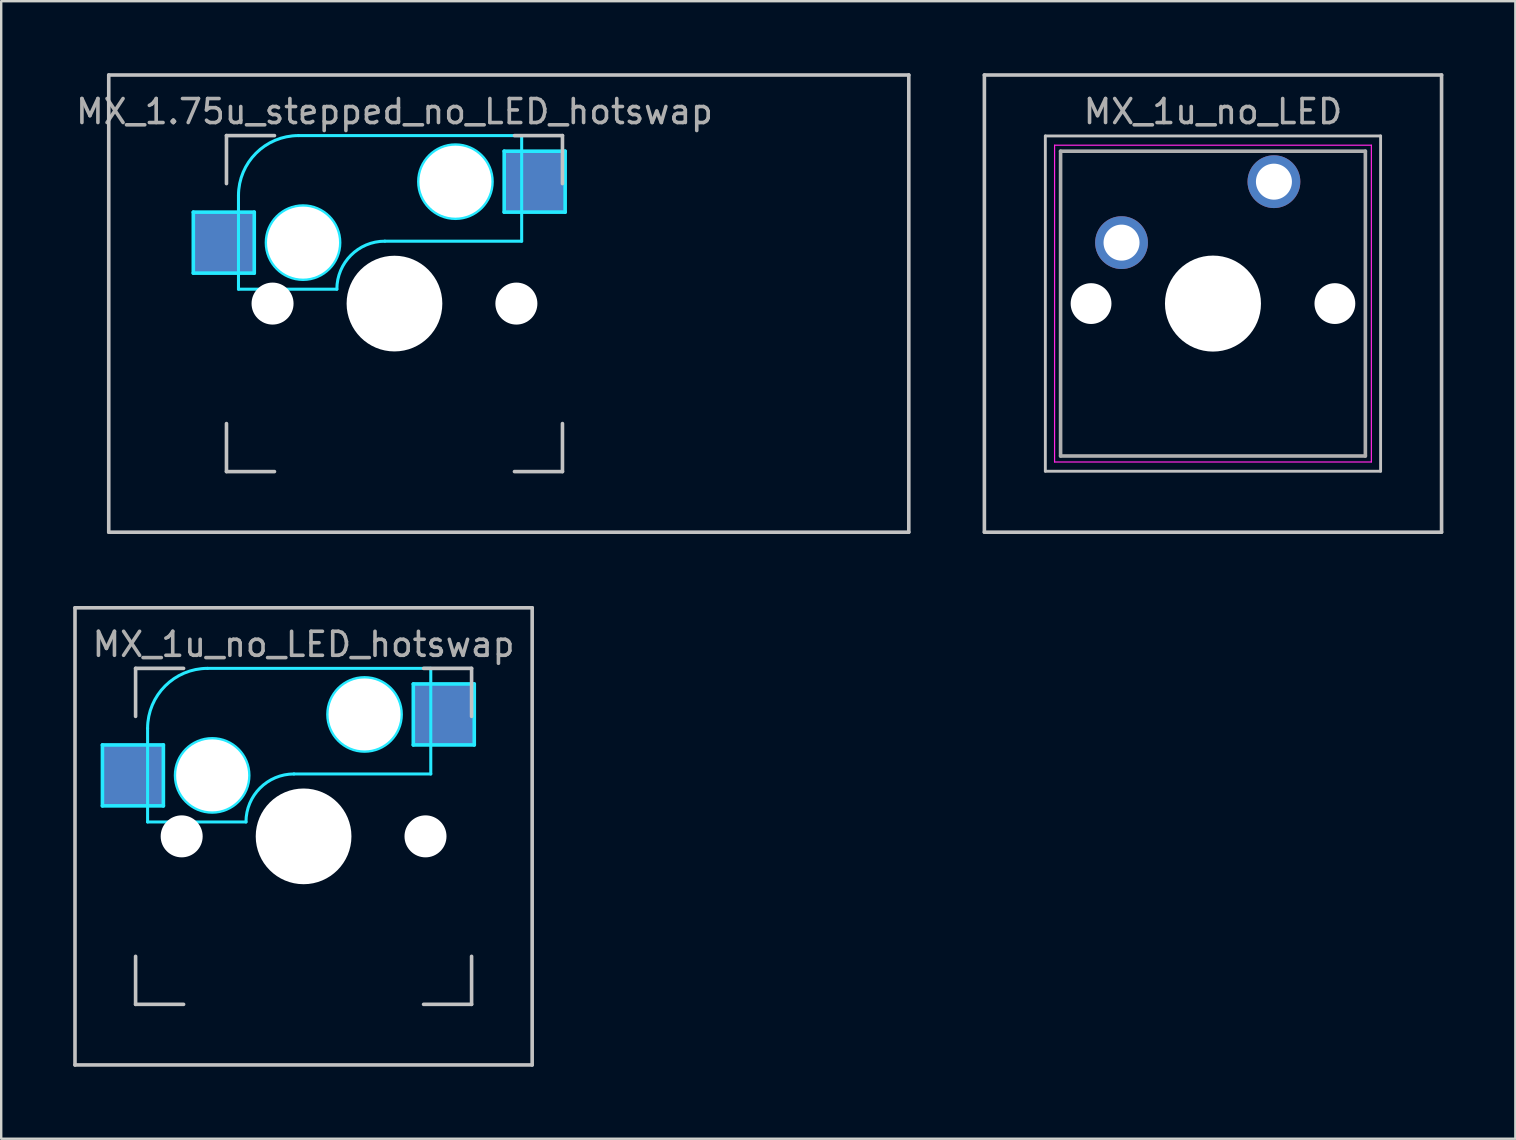
<source format=kicad_pcb>
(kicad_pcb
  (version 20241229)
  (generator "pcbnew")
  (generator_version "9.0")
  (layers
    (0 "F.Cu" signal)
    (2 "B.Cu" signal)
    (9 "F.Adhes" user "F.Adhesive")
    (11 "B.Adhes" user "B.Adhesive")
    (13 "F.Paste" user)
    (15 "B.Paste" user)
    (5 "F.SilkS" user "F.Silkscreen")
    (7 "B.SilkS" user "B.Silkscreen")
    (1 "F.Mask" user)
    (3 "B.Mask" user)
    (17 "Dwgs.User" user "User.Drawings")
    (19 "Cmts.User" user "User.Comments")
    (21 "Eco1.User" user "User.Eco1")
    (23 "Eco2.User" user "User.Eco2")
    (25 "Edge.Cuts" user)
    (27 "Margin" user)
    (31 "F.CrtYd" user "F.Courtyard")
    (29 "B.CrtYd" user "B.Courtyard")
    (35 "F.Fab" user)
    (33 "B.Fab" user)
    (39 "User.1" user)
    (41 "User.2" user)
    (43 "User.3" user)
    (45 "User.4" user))
  (footprint "MX_1.75u_stepped_no_LED_hotswap"
    (layer "F.Cu")
    (at 13.387 9.6)
    (property "Reference" "MX_1.75u_stepped_no_LED_hotswap" (at 0 -8 0) (layer "F.Fab") (effects (font (size 1 1) (thickness 0.15))))
    (attr through_hole)
    (fp_line (start -11.906 -9.525) (end 21.431 -9.525) (stroke (width 0.15) (type solid)) (layer "Dwgs.User"))
    (fp_line (start -11.906 9.525) (end -11.906 -9.525) (stroke (width 0.15) (type solid)) (layer "Dwgs.User"))
    (fp_line (start -7 -7) (end -7 -5) (stroke (width 0.15) (type solid)) (layer "Dwgs.User"))
    (fp_line (start -7 5) (end -7 7) (stroke (width 0.15) (type solid)) (layer "Dwgs.User"))
    (fp_line (start -7 7) (end -5 7) (stroke (width 0.15) (type solid)) (layer "Dwgs.User"))
    (fp_line (start -5 -7) (end -7 -7) (stroke (width 0.15) (type solid)) (layer "Dwgs.User"))
    (fp_line (start 5 -7) (end 7 -7) (stroke (width 0.15) (type solid)) (layer "Dwgs.User"))
    (fp_line (start 5 7) (end 7 7) (stroke (width 0.15) (type solid)) (layer "Dwgs.User"))
    (fp_line (start 7 -7) (end 7 -5) (stroke (width 0.15) (type solid)) (layer "Dwgs.User"))
    (fp_line (start 7 7) (end 7 5) (stroke (width 0.15) (type solid)) (layer "Dwgs.User"))
    (fp_line (start 21.431 -9.525) (end 21.431 9.525) (stroke (width 0.15) (type solid)) (layer "Dwgs.User"))
    (fp_line (start 21.431 9.525) (end -11.906 9.525) (stroke (width 0.15) (type solid)) (layer "Dwgs.User"))
    (fp_line (start -8.382 -3.81) (end -8.382 -1.27) (stroke (width 0.15) (type solid)) (layer "B.CrtYd"))
    (fp_line (start -8.382 -1.27) (end -5.842 -1.27) (stroke (width 0.15) (type solid)) (layer "B.CrtYd"))
    (fp_line (start -6.5 -4.5) (end -6.5 -0.6) (stroke (width 0.127) (type solid)) (layer "B.CrtYd"))
    (fp_line (start -6.5 -0.6) (end -2.4 -0.6) (stroke (width 0.127) (type solid)) (layer "B.CrtYd"))
    (fp_line (start -5.842 -3.81) (end -8.382 -3.81) (stroke (width 0.15) (type solid)) (layer "B.CrtYd"))
    (fp_line (start -5.842 -1.27) (end -5.842 -3.81) (stroke (width 0.15) (type solid)) (layer "B.CrtYd"))
    (fp_line (start -0.4 -2.6) (end 5.3 -2.6) (stroke (width 0.127) (type solid)) (layer "B.CrtYd"))
    (fp_line (start 4.572 -6.35) (end 7.112 -6.35) (stroke (width 0.15) (type solid)) (layer "B.CrtYd"))
    (fp_line (start 4.572 -3.81) (end 4.572 -6.35) (stroke (width 0.15) (type solid)) (layer "B.CrtYd"))
    (fp_line (start 5.3 -7) (end -4 -7) (stroke (width 0.127) (type solid)) (layer "B.CrtYd"))
    (fp_line (start 5.3 -7) (end 5.3 -2.6) (stroke (width 0.127) (type solid)) (layer "B.CrtYd"))
    (fp_line (start 7.112 -6.35) (end 7.112 -3.81) (stroke (width 0.15) (type solid)) (layer "B.CrtYd"))
    (fp_line (start 7.112 -3.81) (end 4.572 -3.81) (stroke (width 0.15) (type solid)) (layer "B.CrtYd"))
    (fp_arc (start -6.5 -4.5) (mid -5.767767 -6.267767) (end -4 -7) (stroke (width 0.127) (type solid)) (layer "B.CrtYd"))
    (fp_arc (start -2.4 -0.6) (mid -1.814214 -2.014214) (end -0.4 -2.6) (stroke (width 0.127) (type solid)) (layer "B.CrtYd"))
    (fp_circle (center -3.81 -2.54) (end -3.81 -4.064) (stroke (width 0.15) (type solid)) (fill no) (layer "B.CrtYd"))
    (fp_circle (center 2.54 -5.08) (end 2.54 -6.604) (stroke (width 0.15) (type solid)) (fill no) (layer "B.CrtYd"))
    (fp_text user "Stepped" (at -2.381 4.763 0) (layer "F.Mask") (effects (font (size 1 1) (thickness 0.15))))
    (pad "" np_thru_hole circle (at -5.08 0 48.1) (size 1.75 1.75) (drill 1.75) (layers "*.Cu" "*.Mask"))
    (pad "" np_thru_hole circle (at -3.81 -2.54) (size 3 3) (drill 3) (layers "*.Cu" "*.Mask"))
    (pad "" np_thru_hole circle (at 0 0) (size 3.988 3.988) (drill 3.988) (layers "*.Cu" "*.Mask"))
    (pad "" np_thru_hole circle (at 2.54 -5.08) (size 3 3) (drill 3) (layers "*.Cu" "*.Mask"))
    (pad "" np_thru_hole circle (at 5.08 0 48.1) (size 1.75 1.75) (drill 1.75) (layers "*.Cu" "*.Mask"))
    (pad "1" smd rect (at 5.842 -5.08) (size 2.55 2.5) (layers "B.Cu" "B.Mask" "B.Paste"))
    (pad "2" smd rect (at -7.085 -2.54) (size 2.55 2.5) (layers "B.Cu" "B.Mask" "B.Paste")))
  (footprint "MX_1u_no_LED"
    (layer "F.Cu")
    (at 47.493 9.6)
    (property "Reference" "MX_1u_no_LED" (at 0 -8 0) (layer "F.Fab") (effects (font (size 1 1) (thickness 0.15))))
    (attr through_hole)
    (fp_line (start -9.525 -9.525) (end 9.525 -9.525) (stroke (width 0.15) (type solid)) (layer "Dwgs.User"))
    (fp_line (start -9.525 9.525) (end -9.525 -9.525) (stroke (width 0.15) (type solid)) (layer "Dwgs.User"))
    (fp_line (start -6.985 -6.985) (end 6.985 -6.985) (stroke (width 0.12) (type solid)) (layer "Dwgs.User"))
    (fp_line (start -6.985 6.985) (end -6.985 -6.985) (stroke (width 0.12) (type solid)) (layer "Dwgs.User"))
    (fp_line (start 6.985 -6.985) (end 6.985 6.985) (stroke (width 0.12) (type solid)) (layer "Dwgs.User"))
    (fp_line (start 6.985 6.985) (end -6.985 6.985) (stroke (width 0.12) (type solid)) (layer "Dwgs.User"))
    (fp_line (start 9.525 -9.525) (end 9.525 9.525) (stroke (width 0.15) (type solid)) (layer "Dwgs.User"))
    (fp_line (start 9.525 9.525) (end -9.525 9.525) (stroke (width 0.15) (type solid)) (layer "Dwgs.User"))
    (fp_line (start -6.6 -6.6) (end 6.6 -6.6) (stroke (width 0.05) (type solid)) (layer "F.CrtYd"))
    (fp_line (start -6.6 6.6) (end -6.6 -6.6) (stroke (width 0.05) (type solid)) (layer "F.CrtYd"))
    (fp_line (start 6.6 -6.6) (end 6.6 6.6) (stroke (width 0.05) (type solid)) (layer "F.CrtYd"))
    (fp_line (start 6.6 6.6) (end -6.6 6.6) (stroke (width 0.05) (type solid)) (layer "F.CrtYd"))
    (fp_line (start -6.35 -6.35) (end 6.35 -6.35) (stroke (width 0.15) (type solid)) (layer "F.Fab"))
    (fp_line (start -6.35 6.35) (end -6.35 -6.35) (stroke (width 0.15) (type solid)) (layer "F.Fab"))
    (fp_line (start 6.35 -6.35) (end 6.35 6.35) (stroke (width 0.15) (type solid)) (layer "F.Fab"))
    (fp_line (start 6.35 6.35) (end -6.35 6.35) (stroke (width 0.15) (type solid)) (layer "F.Fab"))
    (pad "" np_thru_hole circle (at -5.08 0) (size 1.7 1.7) (drill 1.7) (layers "*.Cu" "*.Mask"))
    (pad "" np_thru_hole circle (at 0 0) (size 4 4) (drill 4) (layers "*.Cu" "*.Mask"))
    (pad "" np_thru_hole circle (at 5.08 0) (size 1.7 1.7) (drill 1.7) (layers "*.Cu" "*.Mask"))
    (pad "1" thru_hole circle (at 2.54 -5.08) (size 2.2 2.2) (drill 1.5) (layers "*.Cu" "*.Mask"))
    (pad "2" thru_hole circle (at -3.81 -2.54) (size 2.2 2.2) (drill 1.5) (layers "*.Cu" "*.Mask")))
  (footprint "MX_1u_no_LED_hotswap"
    (layer "F.Cu")
    (at 9.6 31.8)
    (property "Reference" "MX_1u_no_LED_hotswap" (at 0 -8 0) (layer "F.Fab") (effects (font (size 1 1) (thickness 0.15))))
    (attr through_hole)
    (fp_line (start -9.525 -9.525) (end 9.525 -9.525) (stroke (width 0.15) (type solid)) (layer "Dwgs.User"))
    (fp_line (start -9.525 9.525) (end -9.525 -9.525) (stroke (width 0.15) (type solid)) (layer "Dwgs.User"))
    (fp_line (start -7 -7) (end -7 -5) (stroke (width 0.15) (type solid)) (layer "Dwgs.User"))
    (fp_line (start -7 5) (end -7 7) (stroke (width 0.15) (type solid)) (layer "Dwgs.User"))
    (fp_line (start -7 7) (end -5 7) (stroke (width 0.15) (type solid)) (layer "Dwgs.User"))
    (fp_line (start -5 -7) (end -7 -7) (stroke (width 0.15) (type solid)) (layer "Dwgs.User"))
    (fp_line (start 5 -7) (end 7 -7) (stroke (width 0.15) (type solid)) (layer "Dwgs.User"))
    (fp_line (start 5 7) (end 7 7) (stroke (width 0.15) (type solid)) (layer "Dwgs.User"))
    (fp_line (start 7 -7) (end 7 -5) (stroke (width 0.15) (type solid)) (layer "Dwgs.User"))
    (fp_line (start 7 7) (end 7 5) (stroke (width 0.15) (type solid)) (layer "Dwgs.User"))
    (fp_line (start 9.525 -9.525) (end 9.525 9.525) (stroke (width 0.15) (type solid)) (layer "Dwgs.User"))
    (fp_line (start 9.525 9.525) (end -9.525 9.525) (stroke (width 0.15) (type solid)) (layer "Dwgs.User"))
    (fp_line (start -8.382 -3.81) (end -8.382 -1.27) (stroke (width 0.15) (type solid)) (layer "B.CrtYd"))
    (fp_line (start -8.382 -1.27) (end -5.842 -1.27) (stroke (width 0.15) (type solid)) (layer "B.CrtYd"))
    (fp_line (start -6.5 -4.5) (end -6.5 -0.6) (stroke (width 0.127) (type solid)) (layer "B.CrtYd"))
    (fp_line (start -6.5 -0.6) (end -2.4 -0.6) (stroke (width 0.127) (type solid)) (layer "B.CrtYd"))
    (fp_line (start -5.842 -3.81) (end -8.382 -3.81) (stroke (width 0.15) (type solid)) (layer "B.CrtYd"))
    (fp_line (start -5.842 -1.27) (end -5.842 -3.81) (stroke (width 0.15) (type solid)) (layer "B.CrtYd"))
    (fp_line (start -0.4 -2.6) (end 5.3 -2.6) (stroke (width 0.127) (type solid)) (layer "B.CrtYd"))
    (fp_line (start 4.572 -6.35) (end 7.112 -6.35) (stroke (width 0.15) (type solid)) (layer "B.CrtYd"))
    (fp_line (start 4.572 -3.81) (end 4.572 -6.35) (stroke (width 0.15) (type solid)) (layer "B.CrtYd"))
    (fp_line (start 5.3 -7) (end -4 -7) (stroke (width 0.127) (type solid)) (layer "B.CrtYd"))
    (fp_line (start 5.3 -7) (end 5.3 -2.6) (stroke (width 0.127) (type solid)) (layer "B.CrtYd"))
    (fp_line (start 7.112 -6.35) (end 7.112 -3.81) (stroke (width 0.15) (type solid)) (layer "B.CrtYd"))
    (fp_line (start 7.112 -3.81) (end 4.572 -3.81) (stroke (width 0.15) (type solid)) (layer "B.CrtYd"))
    (fp_arc (start -6.5 -4.5) (mid -5.767767 -6.267767) (end -4 -7) (stroke (width 0.127) (type solid)) (layer "B.CrtYd"))
    (fp_arc (start -2.4 -0.6) (mid -1.814214 -2.014214) (end -0.4 -2.6) (stroke (width 0.127) (type solid)) (layer "B.CrtYd"))
    (fp_circle (center -3.81 -2.54) (end -3.81 -4.064) (stroke (width 0.15) (type solid)) (fill no) (layer "B.CrtYd"))
    (fp_circle (center 2.54 -5.08) (end 2.54 -6.604) (stroke (width 0.15) (type solid)) (fill no) (layer "B.CrtYd"))
    (pad "" np_thru_hole circle (at -5.08 0 48.1) (size 1.75 1.75) (drill 1.75) (layers "*.Cu" "*.Mask"))
    (pad "" np_thru_hole circle (at -3.81 -2.54) (size 3 3) (drill 3) (layers "*.Cu" "*.Mask"))
    (pad "" np_thru_hole circle (at 0 0) (size 3.988 3.988) (drill 3.988) (layers "*.Cu" "*.Mask"))
    (pad "" np_thru_hole circle (at 2.54 -5.08) (size 3 3) (drill 3) (layers "*.Cu" "*.Mask"))
    (pad "" np_thru_hole circle (at 5.08 0 48.1) (size 1.75 1.75) (drill 1.75) (layers "*.Cu" "*.Mask"))
    (pad "1" smd rect (at 5.842 -5.08) (size 2.55 2.5) (layers "B.Cu" "B.Mask" "B.Paste"))
    (pad "2" smd rect (at -7.085 -2.54) (size 2.55 2.5) (layers "B.Cu" "B.Mask" "B.Paste")))
  (gr_rect
    (start -3 -3)
    (end 60.093 44.4)
    (stroke (width 0.1) (type default))
    (fill no)
    (layer "Edge.Cuts")))
</source>
